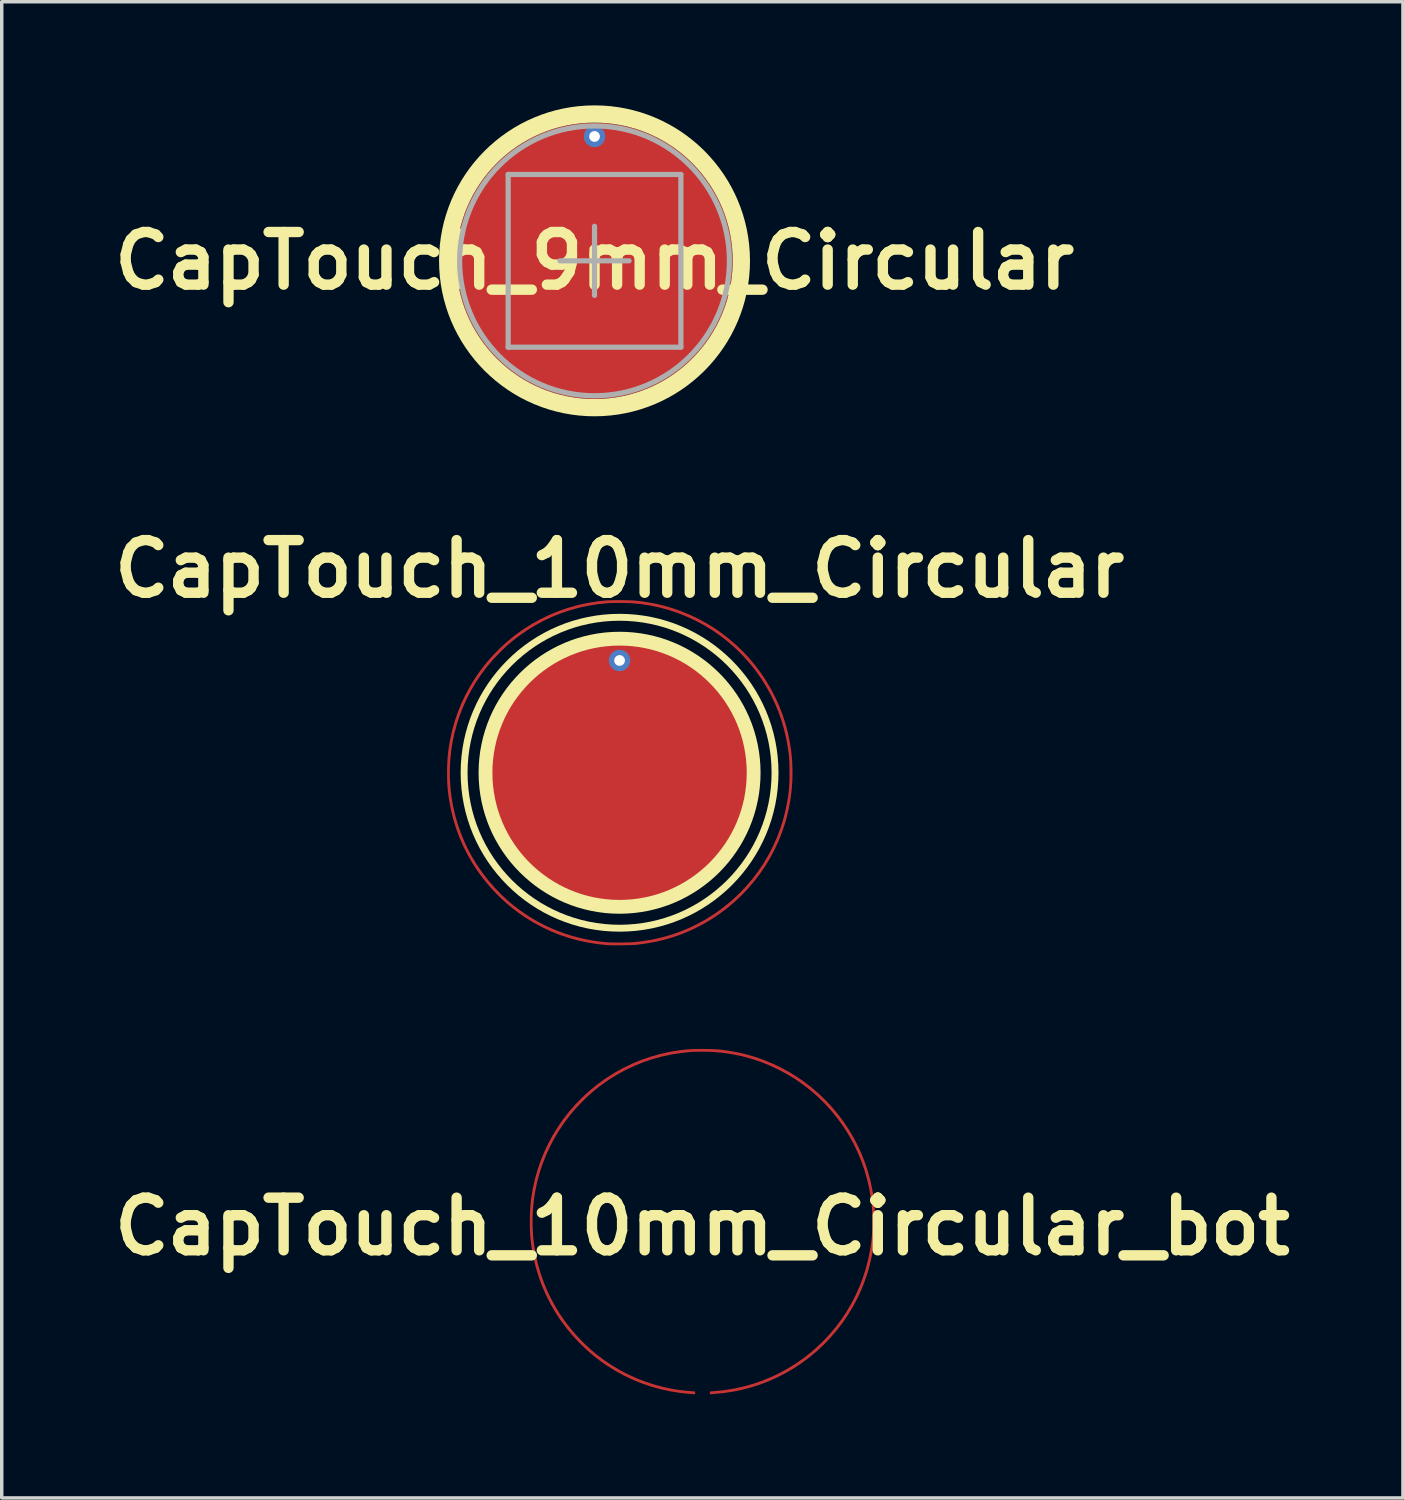
<source format=kicad_pcb>
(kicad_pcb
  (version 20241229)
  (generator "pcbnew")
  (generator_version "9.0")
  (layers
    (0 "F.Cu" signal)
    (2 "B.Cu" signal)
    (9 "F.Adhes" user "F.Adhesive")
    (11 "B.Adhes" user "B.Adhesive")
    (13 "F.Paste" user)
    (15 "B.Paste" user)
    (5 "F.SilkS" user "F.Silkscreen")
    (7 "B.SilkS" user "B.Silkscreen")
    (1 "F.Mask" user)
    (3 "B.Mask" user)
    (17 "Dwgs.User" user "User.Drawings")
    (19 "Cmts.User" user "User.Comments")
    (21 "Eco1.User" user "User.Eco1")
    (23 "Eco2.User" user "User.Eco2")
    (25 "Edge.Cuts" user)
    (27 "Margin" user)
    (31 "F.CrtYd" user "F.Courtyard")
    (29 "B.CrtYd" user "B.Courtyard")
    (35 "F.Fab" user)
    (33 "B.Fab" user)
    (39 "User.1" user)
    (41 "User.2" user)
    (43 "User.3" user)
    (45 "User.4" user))
  (footprint "CapTouch_10mm_Circular"
    (layer "F.Cu")
    (at 14.884 19.318)
    (property "Reference" "CapTouch_10mm_Circular" (at 0 -5.9 0) (layer "F.SilkS") (effects (font (size 1.524 1.524) (thickness 0.3))))
    (attr through_hole)
    (fp_circle (center 0 0) (end 3.881 0) (stroke (width 0.4) (type solid)) (fill no) (layer "F.SilkS"))
    (fp_circle (center 0 0) (end 4.5 0) (stroke (width 0.2) (type solid)) (fill no) (layer "F.SilkS"))
    (pad "1" smd custom (at 4.96 0) (size 0.08 0.08) (layers "F.Cu") (options (anchor circle)) (primitives (gr_poly (pts (xy -4.921 -4.991) (xy -4.871 -4.99) (xy -4.776 -4.989) (xy -4.694 -4.987) (xy -4.621 -4.984) (xy -4.554 -4.981) (xy -4.491 -4.976) (xy -4.428 -4.97) (xy -4.362 -4.962) (xy -4.289 -4.953) (xy -4.23 -4.944) (xy -3.961 -4.898) (xy -3.695 -4.837) (xy -3.432 -4.76) (xy -3.172 -4.669) (xy -2.918 -4.564) (xy -2.67 -4.445) (xy -2.428 -4.313) (xy -2.195 -4.168) (xy -2.048 -4.066) (xy -1.823 -3.894) (xy -1.608 -3.711) (xy -1.405 -3.518) (xy -1.214 -3.314) (xy -1.035 -3.1) (xy -0.868 -2.876) (xy -0.713 -2.643) (xy -0.572 -2.402) (xy -0.444 -2.152) (xy -0.349 -1.941) (xy -0.248 -1.681) (xy -0.162 -1.417) (xy -0.091 -1.149) (xy -0.035 -0.878) (xy 0.006 -0.605) (xy 0.031 -0.329) (xy 0.041 -0.052) (xy 0.037 0.225) (xy 0.016 0.502) (xy -0.019 0.778) (xy -0.07 1.053) (xy -0.136 1.325) (xy -0.173 1.456) (xy -0.261 1.718) (xy -0.362 1.974) (xy -0.478 2.223) (xy -0.607 2.466) (xy -0.749 2.7) (xy -0.904 2.927) (xy -1.071 3.144) (xy -1.249 3.352) (xy -1.438 3.551) (xy -1.638 3.738) (xy -1.849 3.915) (xy -2.068 4.08) (xy -2.298 4.234) (xy -2.535 4.374) (xy -2.782 4.501) (xy -2.788 4.505) (xy -3.011 4.605) (xy -3.234 4.694) (xy -3.46 4.77) (xy -3.69 4.835) (xy -3.926 4.89) (xy -4.172 4.935) (xy -4.428 4.97) (xy -4.46 4.974) (xy -4.498 4.977) (xy -4.549 4.98) (xy -4.612 4.983) (xy -4.683 4.985) (xy -4.76 4.987) (xy -4.842 4.988) (xy -4.925 4.989) (xy -5.007 4.99) (xy -5.085 4.99) (xy -5.158 4.99) (xy -5.223 4.989) (xy -5.278 4.987) (xy -5.319 4.985) (xy -5.325 4.984) (xy -5.613 4.953) (xy -5.894 4.907) (xy -6.168 4.848) (xy -6.435 4.774) (xy -6.696 4.686) (xy -6.951 4.583) (xy -7.201 4.465) (xy -7.446 4.333) (xy -7.686 4.186) (xy -7.741 4.15) (xy -7.907 4.033) (xy -8.067 3.911) (xy -8.223 3.781) (xy -8.377 3.64) (xy -8.532 3.488) (xy -8.723 3.281) (xy -8.901 3.066) (xy -9.067 2.842) (xy -9.218 2.609) (xy -9.357 2.369) (xy -9.481 2.122) (xy -9.592 1.868) (xy -9.688 1.607) (xy -9.77 1.341) (xy -9.837 1.069) (xy -9.889 0.792) (xy -9.901 0.714) (xy -9.914 0.617) (xy -9.925 0.527) (xy -9.933 0.441) (xy -9.939 0.356) (xy -9.944 0.267) (xy -9.946 0.172) (xy -9.948 0.066) (xy -9.948 0) (xy -9.947 -0.098) (xy -9.879 -0.098) (xy -9.877 0.168) (xy -9.861 0.435) (xy -9.83 0.7) (xy -9.784 0.965) (xy -9.724 1.228) (xy -9.649 1.489) (xy -9.559 1.747) (xy -9.454 2.002) (xy -9.358 2.206) (xy -9.23 2.443) (xy -9.088 2.675) (xy -8.933 2.899) (xy -8.765 3.116) (xy -8.585 3.323) (xy -8.395 3.521) (xy -8.195 3.707) (xy -8.028 3.847) (xy -7.806 4.014) (xy -7.577 4.168) (xy -7.339 4.309) (xy -7.094 4.436) (xy -6.842 4.548) (xy -6.585 4.647) (xy -6.321 4.731) (xy -6.053 4.8) (xy -5.781 4.855) (xy -5.505 4.894) (xy -5.313 4.912) (xy -5.261 4.915) (xy -5.196 4.918) (xy -5.121 4.919) (xy -5.04 4.92) (xy -4.955 4.92) (xy -4.869 4.92) (xy -4.786 4.918) (xy -4.708 4.916) (xy -4.639 4.914) (xy -4.582 4.91) (xy -4.569 4.909) (xy -4.289 4.879) (xy -4.012 4.833) (xy -3.741 4.772) (xy -3.474 4.697) (xy -3.213 4.607) (xy -2.958 4.502) (xy -2.71 4.383) (xy -2.468 4.25) (xy -2.233 4.103) (xy -2.006 3.942) (xy -1.787 3.768) (xy -1.68 3.675) (xy -1.476 3.483) (xy -1.285 3.281) (xy -1.105 3.069) (xy -0.939 2.849) (xy -0.786 2.62) (xy -0.646 2.383) (xy -0.519 2.138) (xy -0.406 1.887) (xy -0.308 1.629) (xy -0.223 1.365) (xy -0.154 1.096) (xy -0.099 0.821) (xy -0.079 0.695) (xy -0.068 0.612) (xy -0.058 0.536) (xy -0.051 0.464) (xy -0.045 0.393) (xy -0.041 0.321) (xy -0.038 0.243) (xy -0.036 0.157) (xy -0.035 0.06) (xy -0.035 0) (xy -0.036 -0.105) (xy -0.037 -0.196) (xy -0.039 -0.278) (xy -0.043 -0.353) (xy -0.047 -0.425) (xy -0.054 -0.496) (xy -0.062 -0.569) (xy -0.073 -0.647) (xy -0.079 -0.695) (xy -0.127 -0.97) (xy -0.19 -1.242) (xy -0.267 -1.508) (xy -0.359 -1.768) (xy -0.465 -2.022) (xy -0.585 -2.27) (xy -0.719 -2.51) (xy -0.866 -2.743) (xy -1.026 -2.967) (xy -1.199 -3.183) (xy -1.384 -3.389) (xy -1.581 -3.585) (xy -1.674 -3.67) (xy -1.872 -3.839) (xy -2.074 -3.993) (xy -2.281 -4.135) (xy -2.497 -4.266) (xy -2.724 -4.389) (xy -2.781 -4.417) (xy -3.033 -4.534) (xy -3.289 -4.634) (xy -3.548 -4.72) (xy -3.812 -4.791) (xy -4.081 -4.847) (xy -4.356 -4.888) (xy -4.569 -4.909) (xy -4.631 -4.913) (xy -4.705 -4.917) (xy -4.788 -4.919) (xy -4.876 -4.92) (xy -4.966 -4.921) (xy -5.055 -4.921) (xy -5.139 -4.919) (xy -5.215 -4.917) (xy -5.28 -4.914) (xy -5.297 -4.913) (xy -5.579 -4.885) (xy -5.857 -4.841) (xy -6.129 -4.783) (xy -6.396 -4.709) (xy -6.658 -4.621) (xy -6.914 -4.519) (xy -7.164 -4.401) (xy -7.407 -4.27) (xy -7.644 -4.124) (xy -7.679 -4.101) (xy -7.817 -4.006) (xy -7.944 -3.912) (xy -8.065 -3.817) (xy -8.183 -3.717) (xy -8.302 -3.609) (xy -8.424 -3.49) (xy -8.441 -3.473) (xy -8.632 -3.272) (xy -8.809 -3.062) (xy -8.973 -2.844) (xy -9.124 -2.619) (xy -9.261 -2.387) (xy -9.385 -2.15) (xy -9.495 -1.906) (xy -9.592 -1.658) (xy -9.675 -1.405) (xy -9.744 -1.149) (xy -9.799 -0.889) (xy -9.84 -0.627) (xy -9.866 -0.363) (xy -9.879 -0.098) (xy -9.947 -0.098) (xy -9.946 -0.167) (xy -9.94 -0.322) (xy -9.93 -0.469) (xy -9.915 -0.613) (xy -9.895 -0.758) (xy -9.87 -0.906) (xy -9.861 -0.956) (xy -9.8 -1.228) (xy -9.725 -1.495) (xy -9.635 -1.756) (xy -9.531 -2.012) (xy -9.413 -2.26) (xy -9.281 -2.502) (xy -9.137 -2.736) (xy -8.98 -2.962) (xy -8.81 -3.18) (xy -8.628 -3.388) (xy -8.435 -3.586) (xy -8.231 -3.774) (xy -8.015 -3.951) (xy -7.789 -4.116) (xy -7.729 -4.157) (xy -7.494 -4.305) (xy -7.252 -4.439) (xy -7.002 -4.56) (xy -6.745 -4.666) (xy -6.484 -4.758) (xy -6.217 -4.836) (xy -5.947 -4.898) (xy -5.775 -4.929) (xy -5.663 -4.947) (xy -5.559 -4.961) (xy -5.46 -4.972) (xy -5.362 -4.981) (xy -5.262 -4.986) (xy -5.158 -4.99) (xy -5.045 -4.991) (xy -4.921 -4.991)) (width 0.01) (fill yes))))
    (pad "2" thru_hole circle (at 0 -3.25) (size 0.62 0.62) (drill 0.31) (layers "*.Cu"))
    (pad "2" smd circle (at 0 0) (size 8 8) (layers "F.Cu")))
  (footprint "CapTouch_9mm_Circular"
    (layer "F.Cu")
    (at 14.159 4.5)
    (property "Reference" "CapTouch_9mm_Circular" (at 0 0 0) (layer "F.SilkS") (effects (font (size 1.524 1.524) (thickness 0.3))))
    (attr through_hole)
    (fp_circle (center 0 0) (end 4.25 0) (stroke (width 0.5) (type solid)) (fill no) (layer "F.SilkS"))
    (fp_line (start -2.5 -2.5) (end 2.5 -2.5) (stroke (width 0.15) (type solid)) (layer "F.Fab"))
    (fp_line (start -2.5 2.5) (end -2.5 -2.5) (stroke (width 0.15) (type solid)) (layer "F.Fab"))
    (fp_line (start -1 0) (end 1 0) (stroke (width 0.15) (type solid)) (layer "F.Fab"))
    (fp_line (start 0 -1) (end 0 1) (stroke (width 0.15) (type solid)) (layer "F.Fab"))
    (fp_line (start 2.5 -2.5) (end 2.5 2.5) (stroke (width 0.15) (type solid)) (layer "F.Fab"))
    (fp_line (start 2.5 2.5) (end -2.5 2.5) (stroke (width 0.15) (type solid)) (layer "F.Fab"))
    (fp_circle (center 0 0) (end 2.5 -3) (stroke (width 0.15) (type solid)) (fill no) (layer "F.Fab"))
    (pad "1" thru_hole circle (at 0 -3.6) (size 0.62 0.62) (drill 0.31) (layers "*.Cu"))
    (pad "1" smd circle (at 0 0) (size 8 8) (layers "F.Cu")))
  (footprint "CapTouch_10mm_Circular_bot"
    (layer "F.Cu")
    (at 17.279 32.452)
    (property "Reference" "CapTouch_10mm_Circular_bot" (at 0 0 0) (layer "F.SilkS") (effects (font (size 1.524 1.524) (thickness 0.3))))
    (attr through_hole)
    (pad "1" smd custom (at 4.96 0) (size 0.08 0.08) (layers "F.Cu") (options (anchor circle)) (primitives (gr_poly (pts (xy -4.921 -5.134) (xy -4.871 -5.133) (xy -4.776 -5.132) (xy -4.694 -5.13) (xy -4.621 -5.127) (xy -4.554 -5.123) (xy -4.491 -5.119) (xy -4.428 -5.113) (xy -4.362 -5.105) (xy -4.289 -5.096) (xy -4.23 -5.087) (xy -3.961 -5.041) (xy -3.695 -4.98) (xy -3.432 -4.903) (xy -3.172 -4.812) (xy -2.918 -4.707) (xy -2.67 -4.588) (xy -2.428 -4.456) (xy -2.195 -4.31) (xy -2.048 -4.208) (xy -1.823 -4.037) (xy -1.608 -3.854) (xy -1.405 -3.661) (xy -1.214 -3.457) (xy -1.035 -3.243) (xy -0.868 -3.019) (xy -0.713 -2.786) (xy -0.572 -2.545) (xy -0.444 -2.295) (xy -0.349 -2.084) (xy -0.248 -1.824) (xy -0.162 -1.56) (xy -0.091 -1.292) (xy -0.035 -1.021) (xy 0.006 -0.747) (xy 0.031 -0.472) (xy 0.041 -0.195) (xy 0.037 0.082) (xy 0.016 0.359) (xy -0.019 0.635) (xy -0.07 0.91) (xy -0.136 1.182) (xy -0.173 1.313) (xy -0.261 1.575) (xy -0.362 1.831) (xy -0.478 2.081) (xy -0.607 2.323) (xy -0.749 2.557) (xy -0.904 2.784) (xy -1.071 3.001) (xy -1.249 3.209) (xy -1.438 3.408) (xy -1.638 3.596) (xy -1.849 3.772) (xy -2.068 3.938) (xy -2.298 4.091) (xy -2.535 4.231) (xy -2.782 4.358) (xy -2.788 4.362) (xy -3.039 4.474) (xy -3.292 4.571) (xy -3.549 4.654) (xy -3.81 4.722) (xy -4.077 4.777) (xy -4.351 4.817) (xy -4.633 4.844) (xy -4.66 4.846) (xy -4.738 4.851) (xy -4.738 4.815) (xy -4.736 4.791) (xy -4.731 4.78) (xy -4.726 4.778) (xy -4.706 4.778) (xy -4.672 4.775) (xy -4.629 4.772) (xy -4.578 4.767) (xy -4.524 4.762) (xy -4.468 4.757) (xy -4.413 4.751) (xy -4.364 4.746) (xy -4.321 4.741) (xy -4.302 4.739) (xy -4.027 4.694) (xy -3.757 4.634) (xy -3.491 4.559) (xy -3.23 4.47) (xy -2.975 4.366) (xy -2.725 4.248) (xy -2.483 4.115) (xy -2.248 3.969) (xy -2.021 3.81) (xy -1.802 3.638) (xy -1.68 3.532) (xy -1.476 3.34) (xy -1.285 3.138) (xy -1.105 2.926) (xy -0.939 2.706) (xy -0.786 2.477) (xy -0.646 2.24) (xy -0.519 1.995) (xy -0.406 1.744) (xy -0.308 1.486) (xy -0.223 1.222) (xy -0.154 0.953) (xy -0.099 0.678) (xy -0.079 0.552) (xy -0.068 0.469) (xy -0.058 0.393) (xy -0.051 0.321) (xy -0.045 0.25) (xy -0.041 0.178) (xy -0.038 0.1) (xy -0.036 0.014) (xy -0.035 -0.083) (xy -0.035 -0.143) (xy -0.036 -0.247) (xy -0.037 -0.339) (xy -0.039 -0.421) (xy -0.043 -0.496) (xy -0.047 -0.568) (xy -0.054 -0.639) (xy -0.062 -0.712) (xy -0.073 -0.79) (xy -0.079 -0.837) (xy -0.127 -1.113) (xy -0.19 -1.384) (xy -0.267 -1.651) (xy -0.359 -1.911) (xy -0.465 -2.165) (xy -0.585 -2.413) (xy -0.719 -2.653) (xy -0.866 -2.886) (xy -1.026 -3.11) (xy -1.199 -3.326) (xy -1.384 -3.532) (xy -1.581 -3.728) (xy -1.674 -3.813) (xy -1.872 -3.981) (xy -2.074 -4.136) (xy -2.281 -4.278) (xy -2.497 -4.409) (xy -2.724 -4.531) (xy -2.781 -4.56) (xy -3.033 -4.676) (xy -3.289 -4.777) (xy -3.548 -4.863) (xy -3.812 -4.934) (xy -4.081 -4.989) (xy -4.356 -5.031) (xy -4.569 -5.052) (xy -4.631 -5.056) (xy -4.705 -5.059) (xy -4.788 -5.062) (xy -4.876 -5.063) (xy -4.966 -5.064) (xy -5.055 -5.064) (xy -5.139 -5.062) (xy -5.215 -5.06) (xy -5.28 -5.057) (xy -5.297 -5.056) (xy -5.579 -5.027) (xy -5.857 -4.984) (xy -6.129 -4.925) (xy -6.396 -4.852) (xy -6.658 -4.764) (xy -6.914 -4.661) (xy -7.164 -4.544) (xy -7.407 -4.413) (xy -7.644 -4.267) (xy -7.679 -4.244) (xy -7.817 -4.149) (xy -7.944 -4.055) (xy -8.065 -3.96) (xy -8.183 -3.859) (xy -8.302 -3.752) (xy -8.424 -3.633) (xy -8.441 -3.616) (xy -8.632 -3.415) (xy -8.809 -3.205) (xy -8.973 -2.987) (xy -9.124 -2.762) (xy -9.261 -2.53) (xy -9.385 -2.292) (xy -9.495 -2.049) (xy -9.592 -1.801) (xy -9.675 -1.548) (xy -9.744 -1.292) (xy -9.799 -1.032) (xy -9.84 -0.77) (xy -9.866 -0.506) (xy -9.879 -0.241) (xy -9.877 0.025) (xy -9.861 0.292) (xy -9.83 0.558) (xy -9.784 0.822) (xy -9.724 1.085) (xy -9.649 1.346) (xy -9.559 1.604) (xy -9.454 1.859) (xy -9.358 2.063) (xy -9.23 2.3) (xy -9.088 2.532) (xy -8.933 2.756) (xy -8.765 2.973) (xy -8.585 3.18) (xy -8.395 3.378) (xy -8.195 3.564) (xy -8.028 3.704) (xy -7.809 3.87) (xy -7.58 4.023) (xy -7.344 4.163) (xy -7.1 4.29) (xy -6.849 4.403) (xy -6.593 4.501) (xy -6.332 4.586) (xy -6.067 4.655) (xy -5.799 4.709) (xy -5.793 4.71) (xy -5.729 4.721) (xy -5.669 4.73) (xy -5.61 4.738) (xy -5.55 4.746) (xy -5.485 4.753) (xy -5.413 4.76) (xy -5.331 4.767) (xy -5.236 4.775) (xy -5.236 4.775) (xy -5.174 4.78) (xy -5.174 4.85) (xy -5.208 4.849) (xy -5.231 4.848) (xy -5.264 4.846) (xy -5.302 4.843) (xy -5.325 4.841) (xy -5.611 4.811) (xy -5.891 4.766) (xy -6.166 4.706) (xy -6.436 4.631) (xy -6.7 4.541) (xy -6.959 4.436) (xy -7.212 4.317) (xy -7.46 4.182) (xy -7.702 4.033) (xy -7.741 4.007) (xy -7.907 3.89) (xy -8.067 3.768) (xy -8.223 3.638) (xy -8.377 3.497) (xy -8.532 3.345) (xy -8.723 3.138) (xy -8.901 2.923) (xy -9.067 2.699) (xy -9.218 2.467) (xy -9.357 2.226) (xy -9.481 1.979) (xy -9.592 1.725) (xy -9.688 1.464) (xy -9.77 1.198) (xy -9.837 0.926) (xy -9.889 0.649) (xy -9.901 0.571) (xy -9.914 0.474) (xy -9.925 0.384) (xy -9.933 0.299) (xy -9.939 0.213) (xy -9.944 0.124) (xy -9.946 0.029) (xy -9.948 -0.077) (xy -9.948 -0.143) (xy -9.946 -0.31) (xy -9.94 -0.465) (xy -9.93 -0.612) (xy -9.915 -0.756) (xy -9.895 -0.901) (xy -9.87 -1.049) (xy -9.861 -1.099) (xy -9.8 -1.371) (xy -9.725 -1.638) (xy -9.635 -1.899) (xy -9.531 -2.154) (xy -9.413 -2.403) (xy -9.281 -2.645) (xy -9.137 -2.879) (xy -8.98 -3.105) (xy -8.81 -3.323) (xy -8.628 -3.531) (xy -8.435 -3.729) (xy -8.231 -3.917) (xy -8.015 -4.094) (xy -7.789 -4.259) (xy -7.729 -4.3) (xy -7.494 -4.448) (xy -7.252 -4.582) (xy -7.002 -4.703) (xy -6.745 -4.809) (xy -6.484 -4.901) (xy -6.217 -4.979) (xy -5.947 -5.041) (xy -5.775 -5.072) (xy -5.663 -5.089) (xy -5.559 -5.104) (xy -5.46 -5.115) (xy -5.362 -5.123) (xy -5.262 -5.129) (xy -5.158 -5.133) (xy -5.045 -5.134) (xy -4.921 -5.134)) (width 0.01) (fill yes)))))
  (gr_rect
    (start -3 -3)
    (end 37.559 40.309)
    (stroke (width 0.1) (type default))
    (fill no)
    (layer "Edge.Cuts")))
</source>
